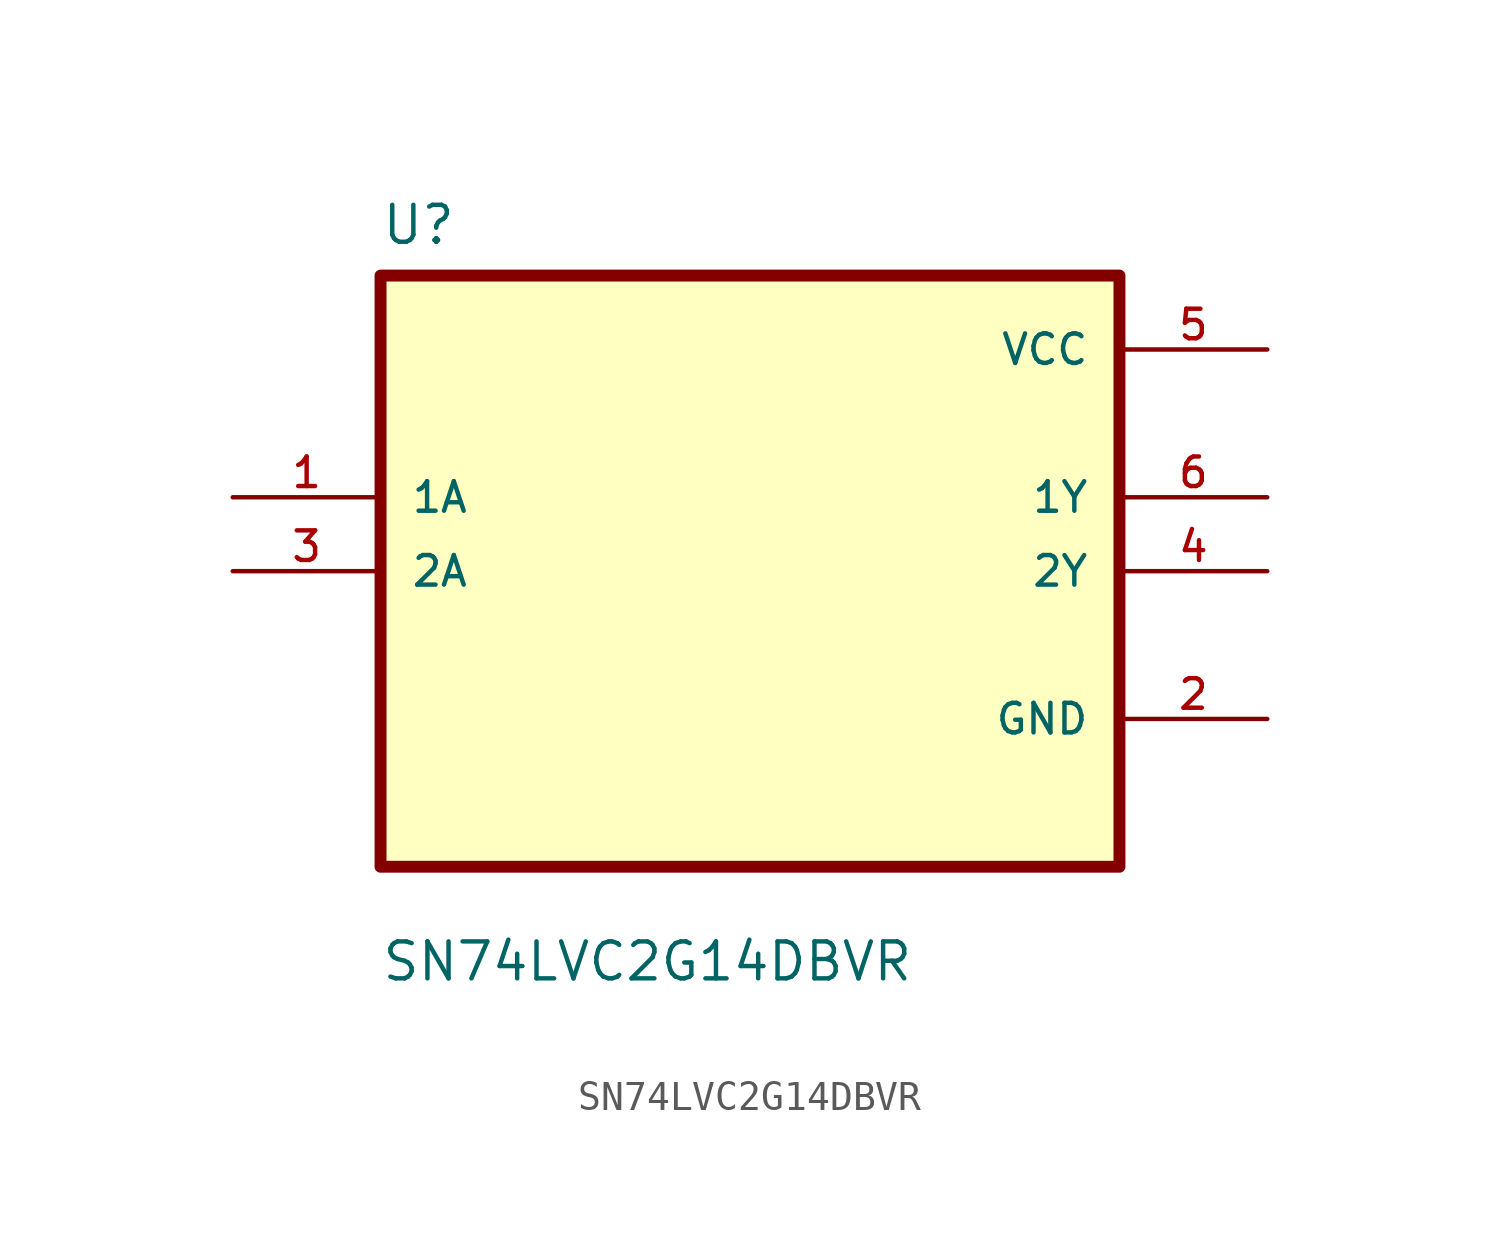
<source format=kicad_sym>
(kicad_symbol_lib
  (version 20211014)
  (generator kicad_symbol_editor)
  (symbol "SN74LVC2G14DBVR"
    (pin_names
      (offset 1.016))
    (property "Reference" "U"
      (at -12.7 11.16 0.0)
      (effects (font (size 1.27 1.27)) (justify bottom left)))
    (property "Value" "SN74LVC2G14DBVR"
      (at -12.7 -14.16 0.0)
      (effects (font (size 1.27 1.27)) (justify bottom left)))
    (symbol "SN74LVC2G14DBVR_0_0"
      (rectangle (start -12.7 -10.16) (end 12.7 10.16) (stroke (width 0.41)) (fill (type background)))
      (pin input line (at -17.78 2.54 0) (length 5.08) (name "1A" (effects (font (size 1.016 1.016)))) (number "1" (effects (font (size 1.016 1.016)))))
      (pin input line (at -17.78 0.0 0) (length 5.08) (name "2A" (effects (font (size 1.016 1.016)))) (number "3" (effects (font (size 1.016 1.016)))))
      (pin power_in line (at 17.78 7.62 180.0) (length 5.08) (name "VCC" (effects (font (size 1.016 1.016)))) (number "5" (effects (font (size 1.016 1.016)))))
      (pin output line (at 17.78 2.54 180.0) (length 5.08) (name "1Y" (effects (font (size 1.016 1.016)))) (number "6" (effects (font (size 1.016 1.016)))))
      (pin output line (at 17.78 0.0 180.0) (length 5.08) (name "2Y" (effects (font (size 1.016 1.016)))) (number "4" (effects (font (size 1.016 1.016)))))
      (pin power_in line (at 17.78 -5.08 180.0) (length 5.08) (name "GND" (effects (font (size 1.016 1.016)))) (number "2" (effects (font (size 1.016 1.016))))))))
</source>
